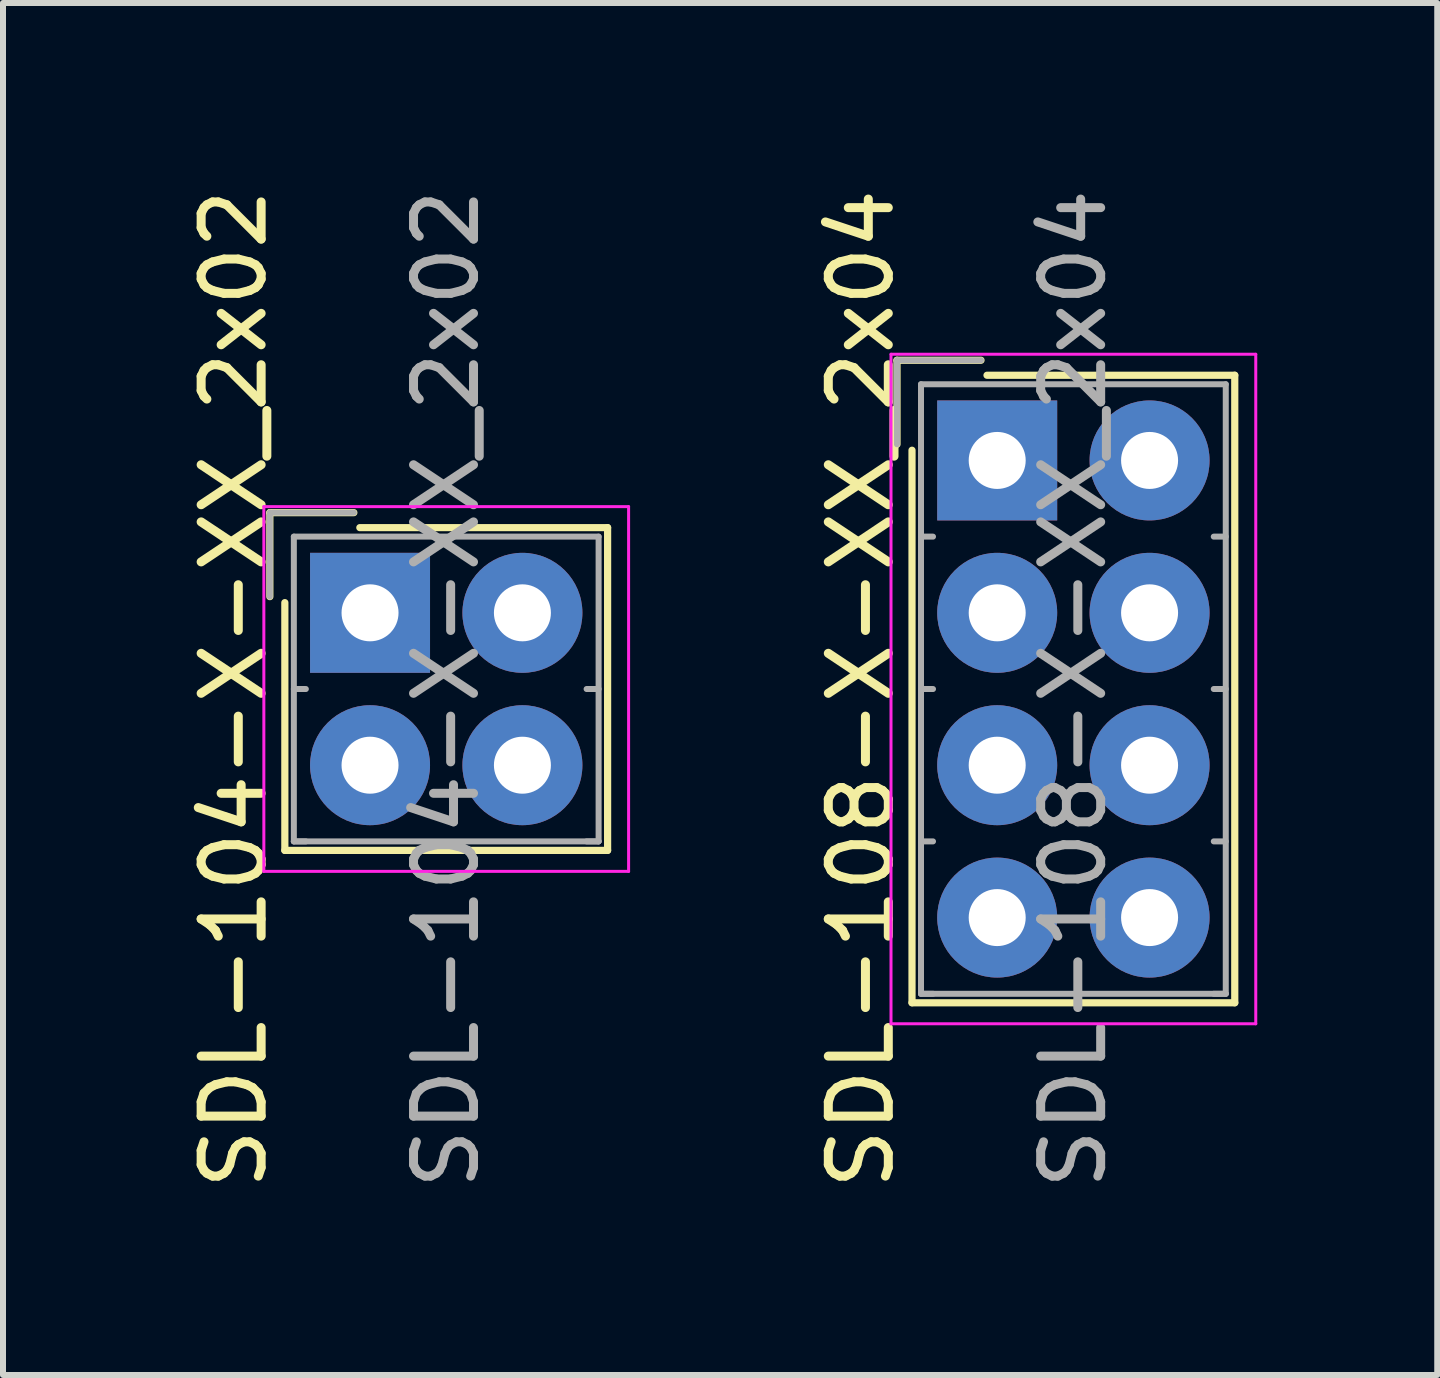
<source format=kicad_pcb>
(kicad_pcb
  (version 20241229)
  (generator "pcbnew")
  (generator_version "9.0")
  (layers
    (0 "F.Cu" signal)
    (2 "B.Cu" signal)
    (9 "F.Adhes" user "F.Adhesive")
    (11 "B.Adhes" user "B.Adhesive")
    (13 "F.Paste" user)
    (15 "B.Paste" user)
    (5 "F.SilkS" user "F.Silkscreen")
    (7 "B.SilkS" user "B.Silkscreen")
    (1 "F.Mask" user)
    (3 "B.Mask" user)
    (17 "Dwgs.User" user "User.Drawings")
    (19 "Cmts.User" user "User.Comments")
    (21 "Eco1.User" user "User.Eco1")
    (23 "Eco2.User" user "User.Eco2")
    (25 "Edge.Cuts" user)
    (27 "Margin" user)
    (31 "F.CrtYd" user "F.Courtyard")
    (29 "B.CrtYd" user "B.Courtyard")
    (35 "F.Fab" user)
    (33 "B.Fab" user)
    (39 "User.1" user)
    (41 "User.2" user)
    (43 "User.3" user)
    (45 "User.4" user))
  (footprint "SDL-108-X-XX_2x04"
    (layer "F.Cu")
    (at 13.572 4.625)
    (property "Reference" "SDL-108-X-XX_2x04" (at -2.27 3.81 90) (layer "F.SilkS") (effects (font (size 1 1) (thickness 0.15))))
    (attr through_hole)
    (fp_line (start -1.67 -1.67) (end -1.67 -0.27) (stroke (width 0.12) (type solid)) (layer "F.SilkS"))
    (fp_line (start -1.42 9.04) (end -1.42 -0.17) (stroke (width 0.12) (type solid)) (layer "F.SilkS"))
    (fp_line (start -0.27 -1.67) (end -1.67 -1.67) (stroke (width 0.12) (type solid)) (layer "F.SilkS"))
    (fp_line (start -0.17 -1.42) (end 3.96 -1.42) (stroke (width 0.12) (type solid)) (layer "F.SilkS"))
    (fp_line (start 3.96 -1.42) (end 3.96 9.04) (stroke (width 0.12) (type solid)) (layer "F.SilkS"))
    (fp_line (start 3.96 9.04) (end -1.42 9.04) (stroke (width 0.12) (type solid)) (layer "F.SilkS"))
    (fp_line (start -1.77 -1.77) (end -1.77 9.39) (stroke (width 0.05) (type solid)) (layer "F.CrtYd"))
    (fp_line (start -1.77 9.39) (end 4.31 9.39) (stroke (width 0.05) (type solid)) (layer "F.CrtYd"))
    (fp_line (start 4.31 -1.77) (end -1.77 -1.77) (stroke (width 0.05) (type solid)) (layer "F.CrtYd"))
    (fp_line (start 4.31 9.39) (end 4.31 -1.77) (stroke (width 0.05) (type solid)) (layer "F.CrtYd"))
    (fp_line (start -1.67 -1.67) (end -1.67 -0.27) (stroke (width 0.1) (type solid)) (layer "F.Fab"))
    (fp_line (start -1.27 -1.27) (end -1.27 8.89) (stroke (width 0.1) (type solid)) (layer "F.Fab"))
    (fp_line (start -1.27 1.27) (end -1.07 1.27) (stroke (width 0.1) (type solid)) (layer "F.Fab"))
    (fp_line (start -1.27 3.81) (end -1.07 3.81) (stroke (width 0.1) (type solid)) (layer "F.Fab"))
    (fp_line (start -1.27 6.35) (end -1.07 6.35) (stroke (width 0.1) (type solid)) (layer "F.Fab"))
    (fp_line (start -1.27 8.89) (end -1.07 8.89) (stroke (width 0.1) (type solid)) (layer "F.Fab"))
    (fp_line (start -1.27 8.89) (end 3.81 8.89) (stroke (width 0.1) (type solid)) (layer "F.Fab"))
    (fp_line (start -0.27 -1.67) (end -1.67 -1.67) (stroke (width 0.1) (type solid)) (layer "F.Fab"))
    (fp_line (start 3.81 -1.27) (end -1.27 -1.27) (stroke (width 0.1) (type solid)) (layer "F.Fab"))
    (fp_line (start 3.81 1.27) (end 3.61 1.27) (stroke (width 0.1) (type solid)) (layer "F.Fab"))
    (fp_line (start 3.81 3.81) (end 3.61 3.81) (stroke (width 0.1) (type solid)) (layer "F.Fab"))
    (fp_line (start 3.81 6.35) (end 3.61 6.35) (stroke (width 0.1) (type solid)) (layer "F.Fab"))
    (fp_line (start 3.81 8.89) (end 3.61 8.89) (stroke (width 0.1) (type solid)) (layer "F.Fab"))
    (fp_line (start 3.81 8.89) (end 3.81 -1.27) (stroke (width 0.1) (type solid)) (layer "F.Fab"))
    (fp_text user "${REFERENCE}" (at 1.27 3.81 90) (layer "F.Fab") (effects (font (size 1 1) (thickness 0.15))))
    (pad "1" thru_hole rect (at 0 0) (size 2 2) (drill 0.95) (layers "*.Cu" "*.Mask"))
    (pad "2" thru_hole circle (at 2.54 0) (size 2 2) (drill 0.95) (layers "*.Cu" "*.Mask"))
    (pad "3" thru_hole circle (at 0 2.54) (size 2 2) (drill 0.95) (layers "*.Cu" "*.Mask"))
    (pad "4" thru_hole circle (at 2.54 2.54) (size 2 2) (drill 0.95) (layers "*.Cu" "*.Mask"))
    (pad "5" thru_hole circle (at 0 5.08) (size 2 2) (drill 0.95) (layers "*.Cu" "*.Mask"))
    (pad "6" thru_hole circle (at 2.54 5.08) (size 2 2) (drill 0.95) (layers "*.Cu" "*.Mask"))
    (pad "7" thru_hole circle (at 0 7.62) (size 2 2) (drill 0.95) (layers "*.Cu" "*.Mask"))
    (pad "8" thru_hole circle (at 2.54 7.62) (size 2 2) (drill 0.95) (layers "*.Cu" "*.Mask")))
  (footprint "SDL-104-X-XX_2x02"
    (layer "F.Cu")
    (at 3.118 7.165)
    (property "Reference" "SDL-104-X-XX_2x02" (at -2.27 1.27 90) (layer "F.SilkS") (effects (font (size 1 1) (thickness 0.15))))
    (attr through_hole)
    (fp_line (start -1.67 -1.67) (end -1.67 -0.27) (stroke (width 0.12) (type solid)) (layer "F.SilkS"))
    (fp_line (start -1.42 3.96) (end -1.42 -0.17) (stroke (width 0.12) (type solid)) (layer "F.SilkS"))
    (fp_line (start -0.27 -1.67) (end -1.67 -1.67) (stroke (width 0.12) (type solid)) (layer "F.SilkS"))
    (fp_line (start -0.17 -1.42) (end 3.96 -1.42) (stroke (width 0.12) (type solid)) (layer "F.SilkS"))
    (fp_line (start 3.96 -1.42) (end 3.96 3.96) (stroke (width 0.12) (type solid)) (layer "F.SilkS"))
    (fp_line (start 3.96 3.96) (end -1.42 3.96) (stroke (width 0.12) (type solid)) (layer "F.SilkS"))
    (fp_line (start -1.77 -1.77) (end -1.77 4.31) (stroke (width 0.05) (type solid)) (layer "F.CrtYd"))
    (fp_line (start -1.77 4.31) (end 4.31 4.31) (stroke (width 0.05) (type solid)) (layer "F.CrtYd"))
    (fp_line (start 4.31 -1.77) (end -1.77 -1.77) (stroke (width 0.05) (type solid)) (layer "F.CrtYd"))
    (fp_line (start 4.31 4.31) (end 4.31 -1.77) (stroke (width 0.05) (type solid)) (layer "F.CrtYd"))
    (fp_line (start -1.67 -1.67) (end -1.67 -0.27) (stroke (width 0.1) (type solid)) (layer "F.Fab"))
    (fp_line (start -1.27 -1.27) (end -1.27 3.81) (stroke (width 0.1) (type solid)) (layer "F.Fab"))
    (fp_line (start -1.27 1.27) (end -1.07 1.27) (stroke (width 0.1) (type solid)) (layer "F.Fab"))
    (fp_line (start -1.27 3.81) (end -1.07 3.81) (stroke (width 0.1) (type solid)) (layer "F.Fab"))
    (fp_line (start -1.27 3.81) (end 3.81 3.81) (stroke (width 0.1) (type solid)) (layer "F.Fab"))
    (fp_line (start -0.27 -1.67) (end -1.67 -1.67) (stroke (width 0.1) (type solid)) (layer "F.Fab"))
    (fp_line (start 3.81 -1.27) (end -1.27 -1.27) (stroke (width 0.1) (type solid)) (layer "F.Fab"))
    (fp_line (start 3.81 1.27) (end 3.61 1.27) (stroke (width 0.1) (type solid)) (layer "F.Fab"))
    (fp_line (start 3.81 3.81) (end 3.61 3.81) (stroke (width 0.1) (type solid)) (layer "F.Fab"))
    (fp_line (start 3.81 3.81) (end 3.81 -1.27) (stroke (width 0.1) (type solid)) (layer "F.Fab"))
    (fp_text user "${REFERENCE}" (at 1.27 1.27 90) (layer "F.Fab") (effects (font (size 1 1) (thickness 0.15))))
    (pad "1" thru_hole rect (at 0 0) (size 2 2) (drill 0.95) (layers "*.Cu" "*.Mask"))
    (pad "2" thru_hole circle (at 2.54 0) (size 2 2) (drill 0.95) (layers "*.Cu" "*.Mask"))
    (pad "3" thru_hole circle (at 0 2.54) (size 2 2) (drill 0.95) (layers "*.Cu" "*.Mask"))
    (pad "4" thru_hole circle (at 2.54 2.54) (size 2 2) (drill 0.95) (layers "*.Cu" "*.Mask")))
  (gr_rect
    (start -3 -3)
    (end 20.907 19.869)
    (stroke (width 0.1) (type default))
    (fill no)
    (layer "Edge.Cuts")))
</source>
